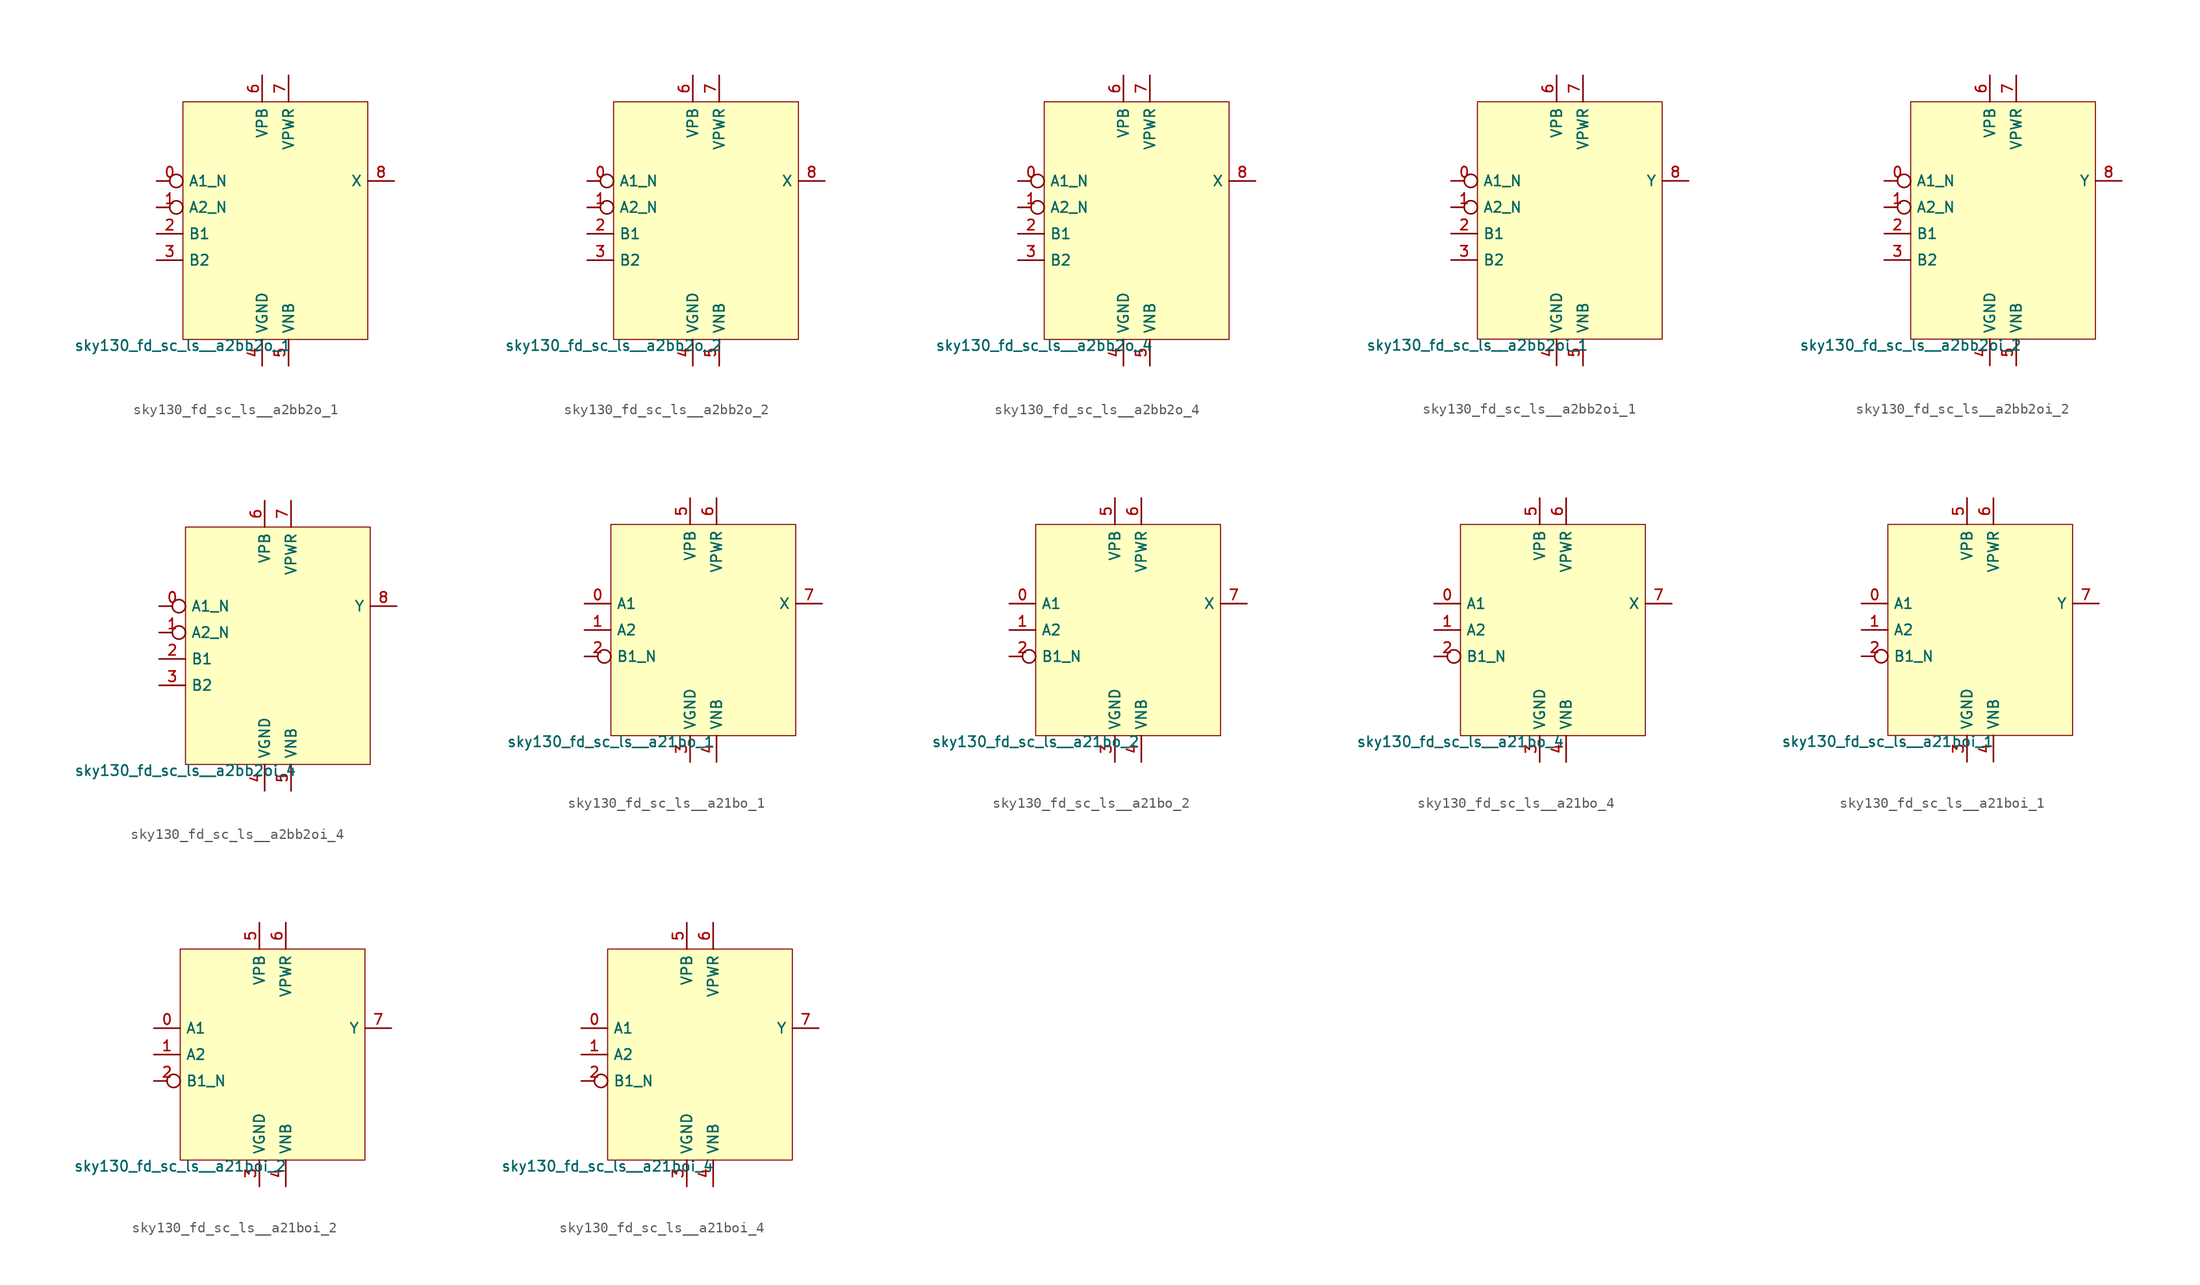
<source format=kicad_sym>
(kicad_symbol_lib
  (version 20211014)
  (generator lef2kicad_sym)
  (symbol "sky130_fd_sc_ls__a2bb2o_1"
    (property "Reference" "X"
      (at 0 0 0)
      (effects (font (size 1 1)) hide))
    (property "Value" "sky130_fd_sc_ls__a2bb2o_1"
      (at -8.89 -11.43 0)
      (effects (font (size 1 1)) (justify top)))
    (rectangle
      (start -8.89 -11.43)
      (end 8.89 11.43)
      (stroke (width 0.1) (type solid) (color 0 0 0 0))
      (fill (type background)))
    (pin input inverted
      (at -11.43 3.81 0)
      (length 2.54)
      (name "A1_N" (effects (font (size 1 1)) hide))
      (number "0" (effects (font (size 1 1)) hide)))
    (pin input inverted
      (at -11.43 1.27 0)
      (length 2.54)
      (name "A2_N" (effects (font (size 1 1)) hide))
      (number "1" (effects (font (size 1 1)) hide)))
    (pin input line
      (at -11.43 -1.27 0)
      (length 2.54)
      (name "B1" (effects (font (size 1 1)) hide))
      (number "2" (effects (font (size 1 1)) hide)))
    (pin input line
      (at -11.43 -3.81 0)
      (length 2.54)
      (name "B2" (effects (font (size 1 1)) hide))
      (number "3" (effects (font (size 1 1)) hide)))
    (pin power_in line
      (at -1.27 -13.97 90)
      (length 2.54)
      (name "VGND" (effects (font (size 1 1)) hide))
      (number "4" (effects (font (size 1 1)) hide)))
    (pin power_in line
      (at 1.27 -13.97 90)
      (length 2.54)
      (name "VNB" (effects (font (size 1 1)) hide))
      (number "5" (effects (font (size 1 1)) hide)))
    (pin power_in line
      (at -1.27 13.97 270)
      (length 2.54)
      (name "VPB" (effects (font (size 1 1)) hide))
      (number "6" (effects (font (size 1 1)) hide)))
    (pin power_in line
      (at 1.27 13.97 270)
      (length 2.54)
      (name "VPWR" (effects (font (size 1 1)) hide))
      (number "7" (effects (font (size 1 1)) hide)))
    (pin output line
      (at 11.43 3.81 180)
      (length 2.54)
      (name "X" (effects (font (size 1 1)) hide))
      (number "8" (effects (font (size 1 1)) hide))))
  (symbol "sky130_fd_sc_ls__a2bb2o_2"
    (property "Reference" "X"
      (at 0 0 0)
      (effects (font (size 1 1)) hide))
    (property "Value" "sky130_fd_sc_ls__a2bb2o_2"
      (at -8.89 -11.43 0)
      (effects (font (size 1 1)) (justify top)))
    (rectangle
      (start -8.89 -11.43)
      (end 8.89 11.43)
      (stroke (width 0.1) (type solid) (color 0 0 0 0))
      (fill (type background)))
    (pin input inverted
      (at -11.43 3.81 0)
      (length 2.54)
      (name "A1_N" (effects (font (size 1 1)) hide))
      (number "0" (effects (font (size 1 1)) hide)))
    (pin input inverted
      (at -11.43 1.27 0)
      (length 2.54)
      (name "A2_N" (effects (font (size 1 1)) hide))
      (number "1" (effects (font (size 1 1)) hide)))
    (pin input line
      (at -11.43 -1.27 0)
      (length 2.54)
      (name "B1" (effects (font (size 1 1)) hide))
      (number "2" (effects (font (size 1 1)) hide)))
    (pin input line
      (at -11.43 -3.81 0)
      (length 2.54)
      (name "B2" (effects (font (size 1 1)) hide))
      (number "3" (effects (font (size 1 1)) hide)))
    (pin power_in line
      (at -1.27 -13.97 90)
      (length 2.54)
      (name "VGND" (effects (font (size 1 1)) hide))
      (number "4" (effects (font (size 1 1)) hide)))
    (pin power_in line
      (at 1.27 -13.97 90)
      (length 2.54)
      (name "VNB" (effects (font (size 1 1)) hide))
      (number "5" (effects (font (size 1 1)) hide)))
    (pin power_in line
      (at -1.27 13.97 270)
      (length 2.54)
      (name "VPB" (effects (font (size 1 1)) hide))
      (number "6" (effects (font (size 1 1)) hide)))
    (pin power_in line
      (at 1.27 13.97 270)
      (length 2.54)
      (name "VPWR" (effects (font (size 1 1)) hide))
      (number "7" (effects (font (size 1 1)) hide)))
    (pin output line
      (at 11.43 3.81 180)
      (length 2.54)
      (name "X" (effects (font (size 1 1)) hide))
      (number "8" (effects (font (size 1 1)) hide))))
  (symbol "sky130_fd_sc_ls__a2bb2o_4"
    (property "Reference" "X"
      (at 0 0 0)
      (effects (font (size 1 1)) hide))
    (property "Value" "sky130_fd_sc_ls__a2bb2o_4"
      (at -8.89 -11.43 0)
      (effects (font (size 1 1)) (justify top)))
    (rectangle
      (start -8.89 -11.43)
      (end 8.89 11.43)
      (stroke (width 0.1) (type solid) (color 0 0 0 0))
      (fill (type background)))
    (pin input inverted
      (at -11.43 3.81 0)
      (length 2.54)
      (name "A1_N" (effects (font (size 1 1)) hide))
      (number "0" (effects (font (size 1 1)) hide)))
    (pin input inverted
      (at -11.43 1.27 0)
      (length 2.54)
      (name "A2_N" (effects (font (size 1 1)) hide))
      (number "1" (effects (font (size 1 1)) hide)))
    (pin input line
      (at -11.43 -1.27 0)
      (length 2.54)
      (name "B1" (effects (font (size 1 1)) hide))
      (number "2" (effects (font (size 1 1)) hide)))
    (pin input line
      (at -11.43 -3.81 0)
      (length 2.54)
      (name "B2" (effects (font (size 1 1)) hide))
      (number "3" (effects (font (size 1 1)) hide)))
    (pin power_in line
      (at -1.27 -13.97 90)
      (length 2.54)
      (name "VGND" (effects (font (size 1 1)) hide))
      (number "4" (effects (font (size 1 1)) hide)))
    (pin power_in line
      (at 1.27 -13.97 90)
      (length 2.54)
      (name "VNB" (effects (font (size 1 1)) hide))
      (number "5" (effects (font (size 1 1)) hide)))
    (pin power_in line
      (at -1.27 13.97 270)
      (length 2.54)
      (name "VPB" (effects (font (size 1 1)) hide))
      (number "6" (effects (font (size 1 1)) hide)))
    (pin power_in line
      (at 1.27 13.97 270)
      (length 2.54)
      (name "VPWR" (effects (font (size 1 1)) hide))
      (number "7" (effects (font (size 1 1)) hide)))
    (pin output line
      (at 11.43 3.81 180)
      (length 2.54)
      (name "X" (effects (font (size 1 1)) hide))
      (number "8" (effects (font (size 1 1)) hide))))
  (symbol "sky130_fd_sc_ls__a2bb2oi_1"
    (property "Reference" "X"
      (at 0 0 0)
      (effects (font (size 1 1)) hide))
    (property "Value" "sky130_fd_sc_ls__a2bb2oi_1"
      (at -8.89 -11.43 0)
      (effects (font (size 1 1)) (justify top)))
    (rectangle
      (start -8.89 -11.43)
      (end 8.89 11.43)
      (stroke (width 0.1) (type solid) (color 0 0 0 0))
      (fill (type background)))
    (pin input inverted
      (at -11.43 3.81 0)
      (length 2.54)
      (name "A1_N" (effects (font (size 1 1)) hide))
      (number "0" (effects (font (size 1 1)) hide)))
    (pin input inverted
      (at -11.43 1.27 0)
      (length 2.54)
      (name "A2_N" (effects (font (size 1 1)) hide))
      (number "1" (effects (font (size 1 1)) hide)))
    (pin input line
      (at -11.43 -1.27 0)
      (length 2.54)
      (name "B1" (effects (font (size 1 1)) hide))
      (number "2" (effects (font (size 1 1)) hide)))
    (pin input line
      (at -11.43 -3.81 0)
      (length 2.54)
      (name "B2" (effects (font (size 1 1)) hide))
      (number "3" (effects (font (size 1 1)) hide)))
    (pin power_in line
      (at -1.27 -13.97 90)
      (length 2.54)
      (name "VGND" (effects (font (size 1 1)) hide))
      (number "4" (effects (font (size 1 1)) hide)))
    (pin power_in line
      (at 1.27 -13.97 90)
      (length 2.54)
      (name "VNB" (effects (font (size 1 1)) hide))
      (number "5" (effects (font (size 1 1)) hide)))
    (pin power_in line
      (at -1.27 13.97 270)
      (length 2.54)
      (name "VPB" (effects (font (size 1 1)) hide))
      (number "6" (effects (font (size 1 1)) hide)))
    (pin power_in line
      (at 1.27 13.97 270)
      (length 2.54)
      (name "VPWR" (effects (font (size 1 1)) hide))
      (number "7" (effects (font (size 1 1)) hide)))
    (pin output line
      (at 11.43 3.81 180)
      (length 2.54)
      (name "Y" (effects (font (size 1 1)) hide))
      (number "8" (effects (font (size 1 1)) hide))))
  (symbol "sky130_fd_sc_ls__a2bb2oi_2"
    (property "Reference" "X"
      (at 0 0 0)
      (effects (font (size 1 1)) hide))
    (property "Value" "sky130_fd_sc_ls__a2bb2oi_2"
      (at -8.89 -11.43 0)
      (effects (font (size 1 1)) (justify top)))
    (rectangle
      (start -8.89 -11.43)
      (end 8.89 11.43)
      (stroke (width 0.1) (type solid) (color 0 0 0 0))
      (fill (type background)))
    (pin input inverted
      (at -11.43 3.81 0)
      (length 2.54)
      (name "A1_N" (effects (font (size 1 1)) hide))
      (number "0" (effects (font (size 1 1)) hide)))
    (pin input inverted
      (at -11.43 1.27 0)
      (length 2.54)
      (name "A2_N" (effects (font (size 1 1)) hide))
      (number "1" (effects (font (size 1 1)) hide)))
    (pin input line
      (at -11.43 -1.27 0)
      (length 2.54)
      (name "B1" (effects (font (size 1 1)) hide))
      (number "2" (effects (font (size 1 1)) hide)))
    (pin input line
      (at -11.43 -3.81 0)
      (length 2.54)
      (name "B2" (effects (font (size 1 1)) hide))
      (number "3" (effects (font (size 1 1)) hide)))
    (pin power_in line
      (at -1.27 -13.97 90)
      (length 2.54)
      (name "VGND" (effects (font (size 1 1)) hide))
      (number "4" (effects (font (size 1 1)) hide)))
    (pin power_in line
      (at 1.27 -13.97 90)
      (length 2.54)
      (name "VNB" (effects (font (size 1 1)) hide))
      (number "5" (effects (font (size 1 1)) hide)))
    (pin power_in line
      (at -1.27 13.97 270)
      (length 2.54)
      (name "VPB" (effects (font (size 1 1)) hide))
      (number "6" (effects (font (size 1 1)) hide)))
    (pin power_in line
      (at 1.27 13.97 270)
      (length 2.54)
      (name "VPWR" (effects (font (size 1 1)) hide))
      (number "7" (effects (font (size 1 1)) hide)))
    (pin output line
      (at 11.43 3.81 180)
      (length 2.54)
      (name "Y" (effects (font (size 1 1)) hide))
      (number "8" (effects (font (size 1 1)) hide))))
  (symbol "sky130_fd_sc_ls__a2bb2oi_4"
    (property "Reference" "X"
      (at 0 0 0)
      (effects (font (size 1 1)) hide))
    (property "Value" "sky130_fd_sc_ls__a2bb2oi_4"
      (at -8.89 -11.43 0)
      (effects (font (size 1 1)) (justify top)))
    (rectangle
      (start -8.89 -11.43)
      (end 8.89 11.43)
      (stroke (width 0.1) (type solid) (color 0 0 0 0))
      (fill (type background)))
    (pin input inverted
      (at -11.43 3.81 0)
      (length 2.54)
      (name "A1_N" (effects (font (size 1 1)) hide))
      (number "0" (effects (font (size 1 1)) hide)))
    (pin input inverted
      (at -11.43 1.27 0)
      (length 2.54)
      (name "A2_N" (effects (font (size 1 1)) hide))
      (number "1" (effects (font (size 1 1)) hide)))
    (pin input line
      (at -11.43 -1.27 0)
      (length 2.54)
      (name "B1" (effects (font (size 1 1)) hide))
      (number "2" (effects (font (size 1 1)) hide)))
    (pin input line
      (at -11.43 -3.81 0)
      (length 2.54)
      (name "B2" (effects (font (size 1 1)) hide))
      (number "3" (effects (font (size 1 1)) hide)))
    (pin power_in line
      (at -1.27 -13.97 90)
      (length 2.54)
      (name "VGND" (effects (font (size 1 1)) hide))
      (number "4" (effects (font (size 1 1)) hide)))
    (pin power_in line
      (at 1.27 -13.97 90)
      (length 2.54)
      (name "VNB" (effects (font (size 1 1)) hide))
      (number "5" (effects (font (size 1 1)) hide)))
    (pin power_in line
      (at -1.27 13.97 270)
      (length 2.54)
      (name "VPB" (effects (font (size 1 1)) hide))
      (number "6" (effects (font (size 1 1)) hide)))
    (pin power_in line
      (at 1.27 13.97 270)
      (length 2.54)
      (name "VPWR" (effects (font (size 1 1)) hide))
      (number "7" (effects (font (size 1 1)) hide)))
    (pin output line
      (at 11.43 3.81 180)
      (length 2.54)
      (name "Y" (effects (font (size 1 1)) hide))
      (number "8" (effects (font (size 1 1)) hide))))
  (symbol "sky130_fd_sc_ls__a21bo_1"
    (property "Reference" "X"
      (at 0 0 0)
      (effects (font (size 1 1)) hide))
    (property "Value" "sky130_fd_sc_ls__a21bo_1"
      (at -8.89 -10.16 0)
      (effects (font (size 1 1)) (justify top)))
    (rectangle
      (start -8.89 -10.16)
      (end 8.89 10.16)
      (stroke (width 0.1) (type solid) (color 0 0 0 0))
      (fill (type background)))
    (pin input line
      (at -11.43 2.54 0)
      (length 2.54)
      (name "A1" (effects (font (size 1 1)) hide))
      (number "0" (effects (font (size 1 1)) hide)))
    (pin input line
      (at -11.43 0.0 0)
      (length 2.54)
      (name "A2" (effects (font (size 1 1)) hide))
      (number "1" (effects (font (size 1 1)) hide)))
    (pin input inverted
      (at -11.43 -2.54 0)
      (length 2.54)
      (name "B1_N" (effects (font (size 1 1)) hide))
      (number "2" (effects (font (size 1 1)) hide)))
    (pin power_in line
      (at -1.27 -12.7 90)
      (length 2.54)
      (name "VGND" (effects (font (size 1 1)) hide))
      (number "3" (effects (font (size 1 1)) hide)))
    (pin power_in line
      (at 1.27 -12.7 90)
      (length 2.54)
      (name "VNB" (effects (font (size 1 1)) hide))
      (number "4" (effects (font (size 1 1)) hide)))
    (pin power_in line
      (at -1.27 12.7 270)
      (length 2.54)
      (name "VPB" (effects (font (size 1 1)) hide))
      (number "5" (effects (font (size 1 1)) hide)))
    (pin power_in line
      (at 1.27 12.7 270)
      (length 2.54)
      (name "VPWR" (effects (font (size 1 1)) hide))
      (number "6" (effects (font (size 1 1)) hide)))
    (pin output line
      (at 11.43 2.54 180)
      (length 2.54)
      (name "X" (effects (font (size 1 1)) hide))
      (number "7" (effects (font (size 1 1)) hide))))
  (symbol "sky130_fd_sc_ls__a21bo_2"
    (property "Reference" "X"
      (at 0 0 0)
      (effects (font (size 1 1)) hide))
    (property "Value" "sky130_fd_sc_ls__a21bo_2"
      (at -8.89 -10.16 0)
      (effects (font (size 1 1)) (justify top)))
    (rectangle
      (start -8.89 -10.16)
      (end 8.89 10.16)
      (stroke (width 0.1) (type solid) (color 0 0 0 0))
      (fill (type background)))
    (pin input line
      (at -11.43 2.54 0)
      (length 2.54)
      (name "A1" (effects (font (size 1 1)) hide))
      (number "0" (effects (font (size 1 1)) hide)))
    (pin input line
      (at -11.43 0.0 0)
      (length 2.54)
      (name "A2" (effects (font (size 1 1)) hide))
      (number "1" (effects (font (size 1 1)) hide)))
    (pin input inverted
      (at -11.43 -2.54 0)
      (length 2.54)
      (name "B1_N" (effects (font (size 1 1)) hide))
      (number "2" (effects (font (size 1 1)) hide)))
    (pin power_in line
      (at -1.27 -12.7 90)
      (length 2.54)
      (name "VGND" (effects (font (size 1 1)) hide))
      (number "3" (effects (font (size 1 1)) hide)))
    (pin power_in line
      (at 1.27 -12.7 90)
      (length 2.54)
      (name "VNB" (effects (font (size 1 1)) hide))
      (number "4" (effects (font (size 1 1)) hide)))
    (pin power_in line
      (at -1.27 12.7 270)
      (length 2.54)
      (name "VPB" (effects (font (size 1 1)) hide))
      (number "5" (effects (font (size 1 1)) hide)))
    (pin power_in line
      (at 1.27 12.7 270)
      (length 2.54)
      (name "VPWR" (effects (font (size 1 1)) hide))
      (number "6" (effects (font (size 1 1)) hide)))
    (pin output line
      (at 11.43 2.54 180)
      (length 2.54)
      (name "X" (effects (font (size 1 1)) hide))
      (number "7" (effects (font (size 1 1)) hide))))
  (symbol "sky130_fd_sc_ls__a21bo_4"
    (property "Reference" "X"
      (at 0 0 0)
      (effects (font (size 1 1)) hide))
    (property "Value" "sky130_fd_sc_ls__a21bo_4"
      (at -8.89 -10.16 0)
      (effects (font (size 1 1)) (justify top)))
    (rectangle
      (start -8.89 -10.16)
      (end 8.89 10.16)
      (stroke (width 0.1) (type solid) (color 0 0 0 0))
      (fill (type background)))
    (pin input line
      (at -11.43 2.54 0)
      (length 2.54)
      (name "A1" (effects (font (size 1 1)) hide))
      (number "0" (effects (font (size 1 1)) hide)))
    (pin input line
      (at -11.43 0.0 0)
      (length 2.54)
      (name "A2" (effects (font (size 1 1)) hide))
      (number "1" (effects (font (size 1 1)) hide)))
    (pin input inverted
      (at -11.43 -2.54 0)
      (length 2.54)
      (name "B1_N" (effects (font (size 1 1)) hide))
      (number "2" (effects (font (size 1 1)) hide)))
    (pin power_in line
      (at -1.27 -12.7 90)
      (length 2.54)
      (name "VGND" (effects (font (size 1 1)) hide))
      (number "3" (effects (font (size 1 1)) hide)))
    (pin power_in line
      (at 1.27 -12.7 90)
      (length 2.54)
      (name "VNB" (effects (font (size 1 1)) hide))
      (number "4" (effects (font (size 1 1)) hide)))
    (pin power_in line
      (at -1.27 12.7 270)
      (length 2.54)
      (name "VPB" (effects (font (size 1 1)) hide))
      (number "5" (effects (font (size 1 1)) hide)))
    (pin power_in line
      (at 1.27 12.7 270)
      (length 2.54)
      (name "VPWR" (effects (font (size 1 1)) hide))
      (number "6" (effects (font (size 1 1)) hide)))
    (pin output line
      (at 11.43 2.54 180)
      (length 2.54)
      (name "X" (effects (font (size 1 1)) hide))
      (number "7" (effects (font (size 1 1)) hide))))
  (symbol "sky130_fd_sc_ls__a21boi_1"
    (property "Reference" "X"
      (at 0 0 0)
      (effects (font (size 1 1)) hide))
    (property "Value" "sky130_fd_sc_ls__a21boi_1"
      (at -8.89 -10.16 0)
      (effects (font (size 1 1)) (justify top)))
    (rectangle
      (start -8.89 -10.16)
      (end 8.89 10.16)
      (stroke (width 0.1) (type solid) (color 0 0 0 0))
      (fill (type background)))
    (pin input line
      (at -11.43 2.54 0)
      (length 2.54)
      (name "A1" (effects (font (size 1 1)) hide))
      (number "0" (effects (font (size 1 1)) hide)))
    (pin input line
      (at -11.43 0.0 0)
      (length 2.54)
      (name "A2" (effects (font (size 1 1)) hide))
      (number "1" (effects (font (size 1 1)) hide)))
    (pin input inverted
      (at -11.43 -2.54 0)
      (length 2.54)
      (name "B1_N" (effects (font (size 1 1)) hide))
      (number "2" (effects (font (size 1 1)) hide)))
    (pin power_in line
      (at -1.27 -12.7 90)
      (length 2.54)
      (name "VGND" (effects (font (size 1 1)) hide))
      (number "3" (effects (font (size 1 1)) hide)))
    (pin power_in line
      (at 1.27 -12.7 90)
      (length 2.54)
      (name "VNB" (effects (font (size 1 1)) hide))
      (number "4" (effects (font (size 1 1)) hide)))
    (pin power_in line
      (at -1.27 12.7 270)
      (length 2.54)
      (name "VPB" (effects (font (size 1 1)) hide))
      (number "5" (effects (font (size 1 1)) hide)))
    (pin power_in line
      (at 1.27 12.7 270)
      (length 2.54)
      (name "VPWR" (effects (font (size 1 1)) hide))
      (number "6" (effects (font (size 1 1)) hide)))
    (pin output line
      (at 11.43 2.54 180)
      (length 2.54)
      (name "Y" (effects (font (size 1 1)) hide))
      (number "7" (effects (font (size 1 1)) hide))))
  (symbol "sky130_fd_sc_ls__a21boi_2"
    (property "Reference" "X"
      (at 0 0 0)
      (effects (font (size 1 1)) hide))
    (property "Value" "sky130_fd_sc_ls__a21boi_2"
      (at -8.89 -10.16 0)
      (effects (font (size 1 1)) (justify top)))
    (rectangle
      (start -8.89 -10.16)
      (end 8.89 10.16)
      (stroke (width 0.1) (type solid) (color 0 0 0 0))
      (fill (type background)))
    (pin input line
      (at -11.43 2.54 0)
      (length 2.54)
      (name "A1" (effects (font (size 1 1)) hide))
      (number "0" (effects (font (size 1 1)) hide)))
    (pin input line
      (at -11.43 0.0 0)
      (length 2.54)
      (name "A2" (effects (font (size 1 1)) hide))
      (number "1" (effects (font (size 1 1)) hide)))
    (pin input inverted
      (at -11.43 -2.54 0)
      (length 2.54)
      (name "B1_N" (effects (font (size 1 1)) hide))
      (number "2" (effects (font (size 1 1)) hide)))
    (pin power_in line
      (at -1.27 -12.7 90)
      (length 2.54)
      (name "VGND" (effects (font (size 1 1)) hide))
      (number "3" (effects (font (size 1 1)) hide)))
    (pin power_in line
      (at 1.27 -12.7 90)
      (length 2.54)
      (name "VNB" (effects (font (size 1 1)) hide))
      (number "4" (effects (font (size 1 1)) hide)))
    (pin power_in line
      (at -1.27 12.7 270)
      (length 2.54)
      (name "VPB" (effects (font (size 1 1)) hide))
      (number "5" (effects (font (size 1 1)) hide)))
    (pin power_in line
      (at 1.27 12.7 270)
      (length 2.54)
      (name "VPWR" (effects (font (size 1 1)) hide))
      (number "6" (effects (font (size 1 1)) hide)))
    (pin output line
      (at 11.43 2.54 180)
      (length 2.54)
      (name "Y" (effects (font (size 1 1)) hide))
      (number "7" (effects (font (size 1 1)) hide))))
  (symbol "sky130_fd_sc_ls__a21boi_4"
    (property "Reference" "X"
      (at 0 0 0)
      (effects (font (size 1 1)) hide))
    (property "Value" "sky130_fd_sc_ls__a21boi_4"
      (at -8.89 -10.16 0)
      (effects (font (size 1 1)) (justify top)))
    (rectangle
      (start -8.89 -10.16)
      (end 8.89 10.16)
      (stroke (width 0.1) (type solid) (color 0 0 0 0))
      (fill (type background)))
    (pin input line
      (at -11.43 2.54 0)
      (length 2.54)
      (name "A1" (effects (font (size 1 1)) hide))
      (number "0" (effects (font (size 1 1)) hide)))
    (pin input line
      (at -11.43 0.0 0)
      (length 2.54)
      (name "A2" (effects (font (size 1 1)) hide))
      (number "1" (effects (font (size 1 1)) hide)))
    (pin input inverted
      (at -11.43 -2.54 0)
      (length 2.54)
      (name "B1_N" (effects (font (size 1 1)) hide))
      (number "2" (effects (font (size 1 1)) hide)))
    (pin power_in line
      (at -1.27 -12.7 90)
      (length 2.54)
      (name "VGND" (effects (font (size 1 1)) hide))
      (number "3" (effects (font (size 1 1)) hide)))
    (pin power_in line
      (at 1.27 -12.7 90)
      (length 2.54)
      (name "VNB" (effects (font (size 1 1)) hide))
      (number "4" (effects (font (size 1 1)) hide)))
    (pin power_in line
      (at -1.27 12.7 270)
      (length 2.54)
      (name "VPB" (effects (font (size 1 1)) hide))
      (number "5" (effects (font (size 1 1)) hide)))
    (pin power_in line
      (at 1.27 12.7 270)
      (length 2.54)
      (name "VPWR" (effects (font (size 1 1)) hide))
      (number "6" (effects (font (size 1 1)) hide)))
    (pin output line
      (at 11.43 2.54 180)
      (length 2.54)
      (name "Y" (effects (font (size 1 1)) hide))
      (number "7" (effects (font (size 1 1)) hide)))))
</source>
